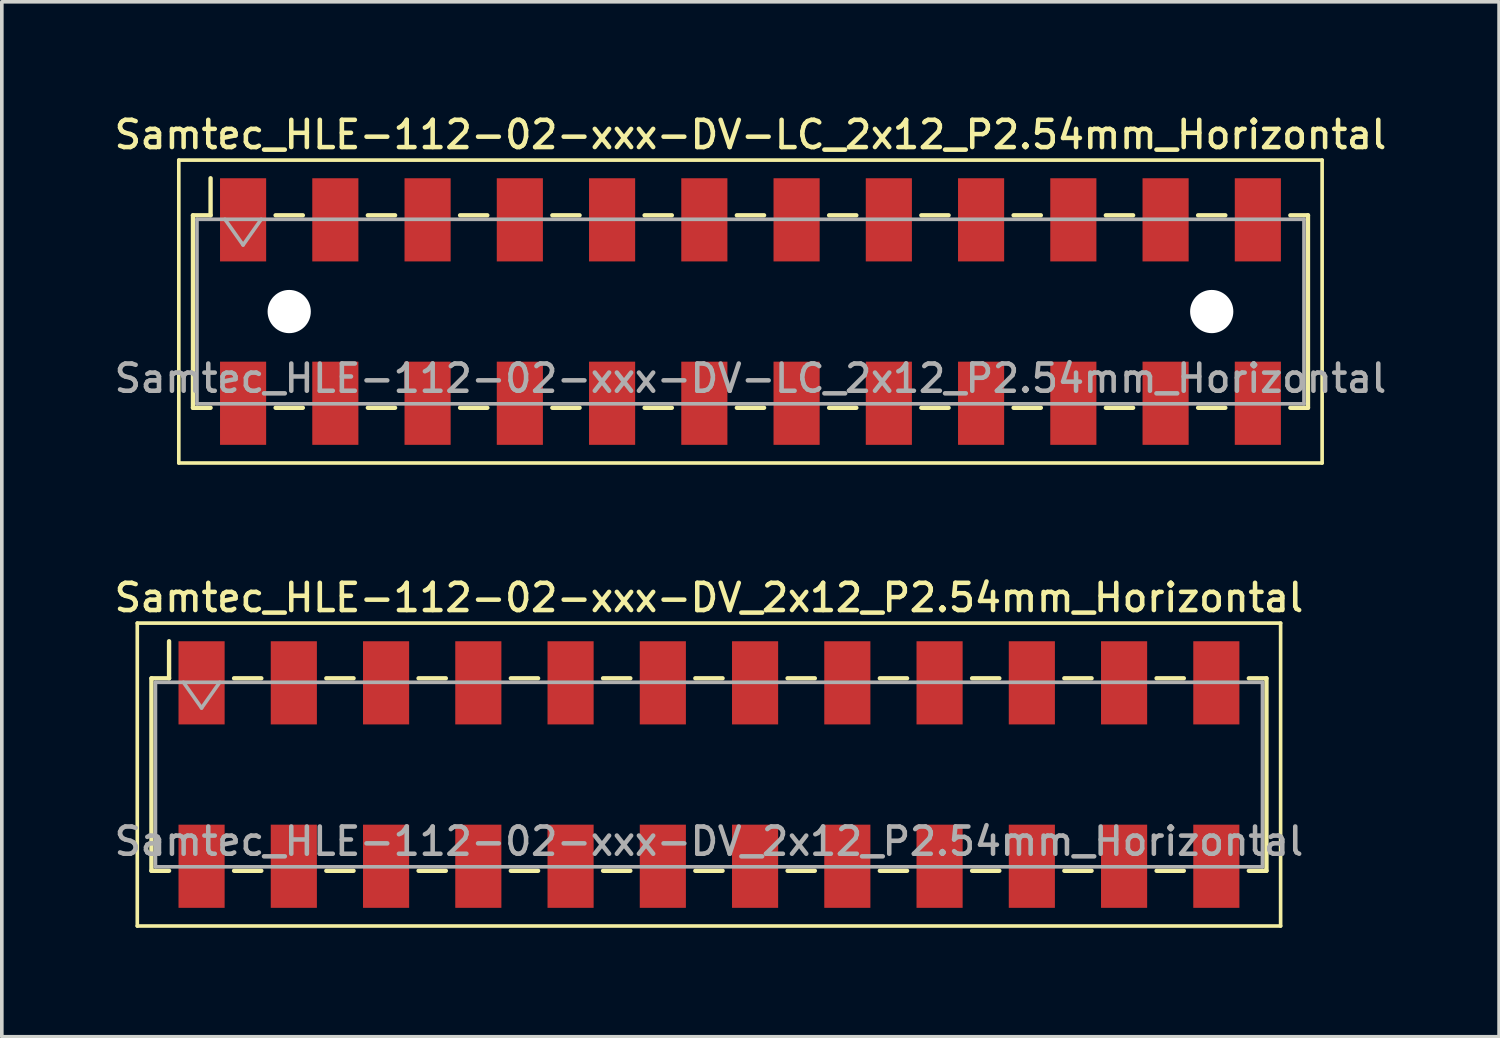
<source format=kicad_pcb>
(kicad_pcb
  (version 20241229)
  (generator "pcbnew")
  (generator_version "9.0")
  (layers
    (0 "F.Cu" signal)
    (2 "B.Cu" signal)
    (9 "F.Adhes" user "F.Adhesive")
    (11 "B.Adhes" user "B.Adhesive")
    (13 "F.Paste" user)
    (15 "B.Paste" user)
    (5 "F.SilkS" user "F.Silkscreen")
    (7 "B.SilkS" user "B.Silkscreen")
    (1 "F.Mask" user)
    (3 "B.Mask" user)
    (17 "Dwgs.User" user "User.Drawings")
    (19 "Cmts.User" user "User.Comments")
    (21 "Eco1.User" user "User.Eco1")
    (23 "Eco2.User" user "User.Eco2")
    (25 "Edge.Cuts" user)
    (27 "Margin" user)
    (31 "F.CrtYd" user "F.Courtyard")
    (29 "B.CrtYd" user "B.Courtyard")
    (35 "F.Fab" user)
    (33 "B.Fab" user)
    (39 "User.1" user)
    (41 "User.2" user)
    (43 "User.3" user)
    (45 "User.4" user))
  (footprint "Samtec_HLE-112-02-xxx-DV_2x12_P2.54mm_Horizontal"
    (layer "F.Cu")
    (at 16.47 18.276)
    (property "Reference" "Samtec_HLE-112-02-xxx-DV_2x12_P2.54mm_Horizontal" (at 0 -4.87 0) (layer "F.SilkS") (effects (font (size 0.75 0.75) (thickness 0.125))))
    (attr smd)
    (fp_line (start -15.74 -4.17) (end 15.74 -4.17) (stroke (width 0.1) (type solid)) (layer "F.SilkS"))
    (fp_line (start -15.74 4.17) (end -15.74 -4.17) (stroke (width 0.1) (type solid)) (layer "F.SilkS"))
    (fp_line (start -15.35 -2.65) (end -15.35 2.65) (stroke (width 0.12) (type solid)) (layer "F.SilkS"))
    (fp_line (start -15.35 2.65) (end -14.865 2.65) (stroke (width 0.12) (type solid)) (layer "F.SilkS"))
    (fp_line (start -14.865 -3.67) (end -14.865 -2.65) (stroke (width 0.12) (type solid)) (layer "F.SilkS"))
    (fp_line (start -14.865 -2.65) (end -15.35 -2.65) (stroke (width 0.12) (type solid)) (layer "F.SilkS"))
    (fp_line (start -13.075 -2.65) (end -12.325 -2.65) (stroke (width 0.12) (type solid)) (layer "F.SilkS"))
    (fp_line (start -13.075 2.65) (end -12.325 2.65) (stroke (width 0.12) (type solid)) (layer "F.SilkS"))
    (fp_line (start -10.535 -2.65) (end -9.785 -2.65) (stroke (width 0.12) (type solid)) (layer "F.SilkS"))
    (fp_line (start -10.535 2.65) (end -9.785 2.65) (stroke (width 0.12) (type solid)) (layer "F.SilkS"))
    (fp_line (start -7.995 -2.65) (end -7.245 -2.65) (stroke (width 0.12) (type solid)) (layer "F.SilkS"))
    (fp_line (start -7.995 2.65) (end -7.245 2.65) (stroke (width 0.12) (type solid)) (layer "F.SilkS"))
    (fp_line (start -5.455 -2.65) (end -4.705 -2.65) (stroke (width 0.12) (type solid)) (layer "F.SilkS"))
    (fp_line (start -5.455 2.65) (end -4.705 2.65) (stroke (width 0.12) (type solid)) (layer "F.SilkS"))
    (fp_line (start -2.915 -2.65) (end -2.165 -2.65) (stroke (width 0.12) (type solid)) (layer "F.SilkS"))
    (fp_line (start -2.915 2.65) (end -2.165 2.65) (stroke (width 0.12) (type solid)) (layer "F.SilkS"))
    (fp_line (start -0.375 -2.65) (end 0.375 -2.65) (stroke (width 0.12) (type solid)) (layer "F.SilkS"))
    (fp_line (start -0.375 2.65) (end 0.375 2.65) (stroke (width 0.12) (type solid)) (layer "F.SilkS"))
    (fp_line (start 2.165 -2.65) (end 2.915 -2.65) (stroke (width 0.12) (type solid)) (layer "F.SilkS"))
    (fp_line (start 2.165 2.65) (end 2.915 2.65) (stroke (width 0.12) (type solid)) (layer "F.SilkS"))
    (fp_line (start 4.705 -2.65) (end 5.455 -2.65) (stroke (width 0.12) (type solid)) (layer "F.SilkS"))
    (fp_line (start 4.705 2.65) (end 5.455 2.65) (stroke (width 0.12) (type solid)) (layer "F.SilkS"))
    (fp_line (start 7.245 -2.65) (end 7.995 -2.65) (stroke (width 0.12) (type solid)) (layer "F.SilkS"))
    (fp_line (start 7.245 2.65) (end 7.995 2.65) (stroke (width 0.12) (type solid)) (layer "F.SilkS"))
    (fp_line (start 9.785 -2.65) (end 10.535 -2.65) (stroke (width 0.12) (type solid)) (layer "F.SilkS"))
    (fp_line (start 9.785 2.65) (end 10.535 2.65) (stroke (width 0.12) (type solid)) (layer "F.SilkS"))
    (fp_line (start 12.325 -2.65) (end 13.075 -2.65) (stroke (width 0.12) (type solid)) (layer "F.SilkS"))
    (fp_line (start 12.325 2.65) (end 13.075 2.65) (stroke (width 0.12) (type solid)) (layer "F.SilkS"))
    (fp_line (start 14.865 -2.65) (end 15.35 -2.65) (stroke (width 0.12) (type solid)) (layer "F.SilkS"))
    (fp_line (start 15.35 -2.65) (end 15.35 2.65) (stroke (width 0.12) (type solid)) (layer "F.SilkS"))
    (fp_line (start 15.35 2.65) (end 14.865 2.65) (stroke (width 0.12) (type solid)) (layer "F.SilkS"))
    (fp_line (start 15.74 -4.17) (end 15.74 4.17) (stroke (width 0.1) (type solid)) (layer "F.SilkS"))
    (fp_line (start 15.74 4.17) (end -15.74 4.17) (stroke (width 0.1) (type solid)) (layer "F.SilkS"))
    (fp_line (start -15.24 -2.54) (end 15.24 -2.54) (stroke (width 0.1) (type solid)) (layer "F.Fab"))
    (fp_line (start -15.24 2.54) (end -15.24 -2.54) (stroke (width 0.1) (type solid)) (layer "F.Fab"))
    (fp_line (start -14.47 -2.54) (end -13.97 -1.833) (stroke (width 0.1) (type solid)) (layer "F.Fab"))
    (fp_line (start -13.97 -1.833) (end -13.47 -2.54) (stroke (width 0.1) (type solid)) (layer "F.Fab"))
    (fp_line (start 15.24 -2.54) (end 15.24 2.54) (stroke (width 0.1) (type solid)) (layer "F.Fab"))
    (fp_line (start 15.24 2.54) (end -15.24 2.54) (stroke (width 0.1) (type solid)) (layer "F.Fab"))
    (fp_text user "${REFERENCE}" (at 0 1.84 0) (layer "F.Fab") (effects (font (size 0.75 0.75) (thickness 0.125))))
    (pad "1" smd rect (at -13.97 -2.525) (size 1.27 2.29) (layers "F.Cu" "F.Mask" "F.Paste"))
    (pad "2" smd rect (at -13.97 2.525) (size 1.27 2.29) (layers "F.Cu" "F.Mask" "F.Paste"))
    (pad "3" smd rect (at -11.43 -2.525) (size 1.27 2.29) (layers "F.Cu" "F.Mask" "F.Paste"))
    (pad "4" smd rect (at -11.43 2.525) (size 1.27 2.29) (layers "F.Cu" "F.Mask" "F.Paste"))
    (pad "5" smd rect (at -8.89 -2.525) (size 1.27 2.29) (layers "F.Cu" "F.Mask" "F.Paste"))
    (pad "6" smd rect (at -8.89 2.525) (size 1.27 2.29) (layers "F.Cu" "F.Mask" "F.Paste"))
    (pad "7" smd rect (at -6.35 -2.525) (size 1.27 2.29) (layers "F.Cu" "F.Mask" "F.Paste"))
    (pad "8" smd rect (at -6.35 2.525) (size 1.27 2.29) (layers "F.Cu" "F.Mask" "F.Paste"))
    (pad "9" smd rect (at -3.81 -2.525) (size 1.27 2.29) (layers "F.Cu" "F.Mask" "F.Paste"))
    (pad "10" smd rect (at -3.81 2.525) (size 1.27 2.29) (layers "F.Cu" "F.Mask" "F.Paste"))
    (pad "11" smd rect (at -1.27 -2.525) (size 1.27 2.29) (layers "F.Cu" "F.Mask" "F.Paste"))
    (pad "12" smd rect (at -1.27 2.525) (size 1.27 2.29) (layers "F.Cu" "F.Mask" "F.Paste"))
    (pad "13" smd rect (at 1.27 -2.525) (size 1.27 2.29) (layers "F.Cu" "F.Mask" "F.Paste"))
    (pad "14" smd rect (at 1.27 2.525) (size 1.27 2.29) (layers "F.Cu" "F.Mask" "F.Paste"))
    (pad "15" smd rect (at 3.81 -2.525) (size 1.27 2.29) (layers "F.Cu" "F.Mask" "F.Paste"))
    (pad "16" smd rect (at 3.81 2.525) (size 1.27 2.29) (layers "F.Cu" "F.Mask" "F.Paste"))
    (pad "17" smd rect (at 6.35 -2.525) (size 1.27 2.29) (layers "F.Cu" "F.Mask" "F.Paste"))
    (pad "18" smd rect (at 6.35 2.525) (size 1.27 2.29) (layers "F.Cu" "F.Mask" "F.Paste"))
    (pad "19" smd rect (at 8.89 -2.525) (size 1.27 2.29) (layers "F.Cu" "F.Mask" "F.Paste"))
    (pad "20" smd rect (at 8.89 2.525) (size 1.27 2.29) (layers "F.Cu" "F.Mask" "F.Paste"))
    (pad "21" smd rect (at 11.43 -2.525) (size 1.27 2.29) (layers "F.Cu" "F.Mask" "F.Paste"))
    (pad "22" smd rect (at 11.43 2.525) (size 1.27 2.29) (layers "F.Cu" "F.Mask" "F.Paste"))
    (pad "23" smd rect (at 13.97 -2.525) (size 1.27 2.29) (layers "F.Cu" "F.Mask" "F.Paste"))
    (pad "24" smd rect (at 13.97 2.525) (size 1.27 2.29) (layers "F.Cu" "F.Mask" "F.Paste")))
  (footprint "Samtec_HLE-112-02-xxx-DV-LC_2x12_P2.54mm_Horizontal"
    (layer "F.Cu")
    (at 17.613 5.528)
    (property "Reference" "Samtec_HLE-112-02-xxx-DV-LC_2x12_P2.54mm_Horizontal" (at 0 -4.87 0) (layer "F.SilkS") (effects (font (size 0.75 0.75) (thickness 0.125))))
    (attr smd)
    (fp_line (start -15.74 -4.17) (end 15.74 -4.17) (stroke (width 0.1) (type solid)) (layer "F.SilkS"))
    (fp_line (start -15.74 4.17) (end -15.74 -4.17) (stroke (width 0.1) (type solid)) (layer "F.SilkS"))
    (fp_line (start -15.35 -2.65) (end -15.35 2.65) (stroke (width 0.12) (type solid)) (layer "F.SilkS"))
    (fp_line (start -15.35 2.65) (end -14.865 2.65) (stroke (width 0.12) (type solid)) (layer "F.SilkS"))
    (fp_line (start -14.865 -3.67) (end -14.865 -2.65) (stroke (width 0.12) (type solid)) (layer "F.SilkS"))
    (fp_line (start -14.865 -2.65) (end -15.35 -2.65) (stroke (width 0.12) (type solid)) (layer "F.SilkS"))
    (fp_line (start -13.075 -2.65) (end -12.325 -2.65) (stroke (width 0.12) (type solid)) (layer "F.SilkS"))
    (fp_line (start -13.075 2.65) (end -12.325 2.65) (stroke (width 0.12) (type solid)) (layer "F.SilkS"))
    (fp_line (start -10.535 -2.65) (end -9.785 -2.65) (stroke (width 0.12) (type solid)) (layer "F.SilkS"))
    (fp_line (start -10.535 2.65) (end -9.785 2.65) (stroke (width 0.12) (type solid)) (layer "F.SilkS"))
    (fp_line (start -7.995 -2.65) (end -7.245 -2.65) (stroke (width 0.12) (type solid)) (layer "F.SilkS"))
    (fp_line (start -7.995 2.65) (end -7.245 2.65) (stroke (width 0.12) (type solid)) (layer "F.SilkS"))
    (fp_line (start -5.455 -2.65) (end -4.705 -2.65) (stroke (width 0.12) (type solid)) (layer "F.SilkS"))
    (fp_line (start -5.455 2.65) (end -4.705 2.65) (stroke (width 0.12) (type solid)) (layer "F.SilkS"))
    (fp_line (start -2.915 -2.65) (end -2.165 -2.65) (stroke (width 0.12) (type solid)) (layer "F.SilkS"))
    (fp_line (start -2.915 2.65) (end -2.165 2.65) (stroke (width 0.12) (type solid)) (layer "F.SilkS"))
    (fp_line (start -0.375 -2.65) (end 0.375 -2.65) (stroke (width 0.12) (type solid)) (layer "F.SilkS"))
    (fp_line (start -0.375 2.65) (end 0.375 2.65) (stroke (width 0.12) (type solid)) (layer "F.SilkS"))
    (fp_line (start 2.165 -2.65) (end 2.915 -2.65) (stroke (width 0.12) (type solid)) (layer "F.SilkS"))
    (fp_line (start 2.165 2.65) (end 2.915 2.65) (stroke (width 0.12) (type solid)) (layer "F.SilkS"))
    (fp_line (start 4.705 -2.65) (end 5.455 -2.65) (stroke (width 0.12) (type solid)) (layer "F.SilkS"))
    (fp_line (start 4.705 2.65) (end 5.455 2.65) (stroke (width 0.12) (type solid)) (layer "F.SilkS"))
    (fp_line (start 7.245 -2.65) (end 7.995 -2.65) (stroke (width 0.12) (type solid)) (layer "F.SilkS"))
    (fp_line (start 7.245 2.65) (end 7.995 2.65) (stroke (width 0.12) (type solid)) (layer "F.SilkS"))
    (fp_line (start 9.785 -2.65) (end 10.535 -2.65) (stroke (width 0.12) (type solid)) (layer "F.SilkS"))
    (fp_line (start 9.785 2.65) (end 10.535 2.65) (stroke (width 0.12) (type solid)) (layer "F.SilkS"))
    (fp_line (start 12.325 -2.65) (end 13.075 -2.65) (stroke (width 0.12) (type solid)) (layer "F.SilkS"))
    (fp_line (start 12.325 2.65) (end 13.075 2.65) (stroke (width 0.12) (type solid)) (layer "F.SilkS"))
    (fp_line (start 14.865 -2.65) (end 15.35 -2.65) (stroke (width 0.12) (type solid)) (layer "F.SilkS"))
    (fp_line (start 15.35 -2.65) (end 15.35 2.65) (stroke (width 0.12) (type solid)) (layer "F.SilkS"))
    (fp_line (start 15.35 2.65) (end 14.865 2.65) (stroke (width 0.12) (type solid)) (layer "F.SilkS"))
    (fp_line (start 15.74 -4.17) (end 15.74 4.17) (stroke (width 0.1) (type solid)) (layer "F.SilkS"))
    (fp_line (start 15.74 4.17) (end -15.74 4.17) (stroke (width 0.1) (type solid)) (layer "F.SilkS"))
    (fp_line (start -15.24 -2.54) (end 15.24 -2.54) (stroke (width 0.1) (type solid)) (layer "F.Fab"))
    (fp_line (start -15.24 2.54) (end -15.24 -2.54) (stroke (width 0.1) (type solid)) (layer "F.Fab"))
    (fp_line (start -14.47 -2.54) (end -13.97 -1.833) (stroke (width 0.1) (type solid)) (layer "F.Fab"))
    (fp_line (start -13.97 -1.833) (end -13.47 -2.54) (stroke (width 0.1) (type solid)) (layer "F.Fab"))
    (fp_line (start 15.24 -2.54) (end 15.24 2.54) (stroke (width 0.1) (type solid)) (layer "F.Fab"))
    (fp_line (start 15.24 2.54) (end -15.24 2.54) (stroke (width 0.1) (type solid)) (layer "F.Fab"))
    (fp_text user "${REFERENCE}" (at 0 1.84 0) (layer "F.Fab") (effects (font (size 0.75 0.75) (thickness 0.125))))
    (pad "" np_thru_hole circle (at -12.7 0) (size 1.19 1.19) (drill 1.19) (layers "*.Cu" "*.Mask"))
    (pad "" np_thru_hole circle (at 12.7 0) (size 1.19 1.19) (drill 1.19) (layers "*.Cu" "*.Mask"))
    (pad "1" smd rect (at -13.97 -2.525) (size 1.27 2.29) (layers "F.Cu" "F.Mask" "F.Paste"))
    (pad "2" smd rect (at -13.97 2.525) (size 1.27 2.29) (layers "F.Cu" "F.Mask" "F.Paste"))
    (pad "3" smd rect (at -11.43 -2.525) (size 1.27 2.29) (layers "F.Cu" "F.Mask" "F.Paste"))
    (pad "4" smd rect (at -11.43 2.525) (size 1.27 2.29) (layers "F.Cu" "F.Mask" "F.Paste"))
    (pad "5" smd rect (at -8.89 -2.525) (size 1.27 2.29) (layers "F.Cu" "F.Mask" "F.Paste"))
    (pad "6" smd rect (at -8.89 2.525) (size 1.27 2.29) (layers "F.Cu" "F.Mask" "F.Paste"))
    (pad "7" smd rect (at -6.35 -2.525) (size 1.27 2.29) (layers "F.Cu" "F.Mask" "F.Paste"))
    (pad "8" smd rect (at -6.35 2.525) (size 1.27 2.29) (layers "F.Cu" "F.Mask" "F.Paste"))
    (pad "9" smd rect (at -3.81 -2.525) (size 1.27 2.29) (layers "F.Cu" "F.Mask" "F.Paste"))
    (pad "10" smd rect (at -3.81 2.525) (size 1.27 2.29) (layers "F.Cu" "F.Mask" "F.Paste"))
    (pad "11" smd rect (at -1.27 -2.525) (size 1.27 2.29) (layers "F.Cu" "F.Mask" "F.Paste"))
    (pad "12" smd rect (at -1.27 2.525) (size 1.27 2.29) (layers "F.Cu" "F.Mask" "F.Paste"))
    (pad "13" smd rect (at 1.27 -2.525) (size 1.27 2.29) (layers "F.Cu" "F.Mask" "F.Paste"))
    (pad "14" smd rect (at 1.27 2.525) (size 1.27 2.29) (layers "F.Cu" "F.Mask" "F.Paste"))
    (pad "15" smd rect (at 3.81 -2.525) (size 1.27 2.29) (layers "F.Cu" "F.Mask" "F.Paste"))
    (pad "16" smd rect (at 3.81 2.525) (size 1.27 2.29) (layers "F.Cu" "F.Mask" "F.Paste"))
    (pad "17" smd rect (at 6.35 -2.525) (size 1.27 2.29) (layers "F.Cu" "F.Mask" "F.Paste"))
    (pad "18" smd rect (at 6.35 2.525) (size 1.27 2.29) (layers "F.Cu" "F.Mask" "F.Paste"))
    (pad "19" smd rect (at 8.89 -2.525) (size 1.27 2.29) (layers "F.Cu" "F.Mask" "F.Paste"))
    (pad "20" smd rect (at 8.89 2.525) (size 1.27 2.29) (layers "F.Cu" "F.Mask" "F.Paste"))
    (pad "21" smd rect (at 11.43 -2.525) (size 1.27 2.29) (layers "F.Cu" "F.Mask" "F.Paste"))
    (pad "22" smd rect (at 11.43 2.525) (size 1.27 2.29) (layers "F.Cu" "F.Mask" "F.Paste"))
    (pad "23" smd rect (at 13.97 -2.525) (size 1.27 2.29) (layers "F.Cu" "F.Mask" "F.Paste"))
    (pad "24" smd rect (at 13.97 2.525) (size 1.27 2.29) (layers "F.Cu" "F.Mask" "F.Paste")))
  (gr_rect
    (start -3 -3)
    (end 38.225 25.496)
    (stroke (width 0.1) (type default))
    (fill no)
    (layer "Edge.Cuts")))
</source>
